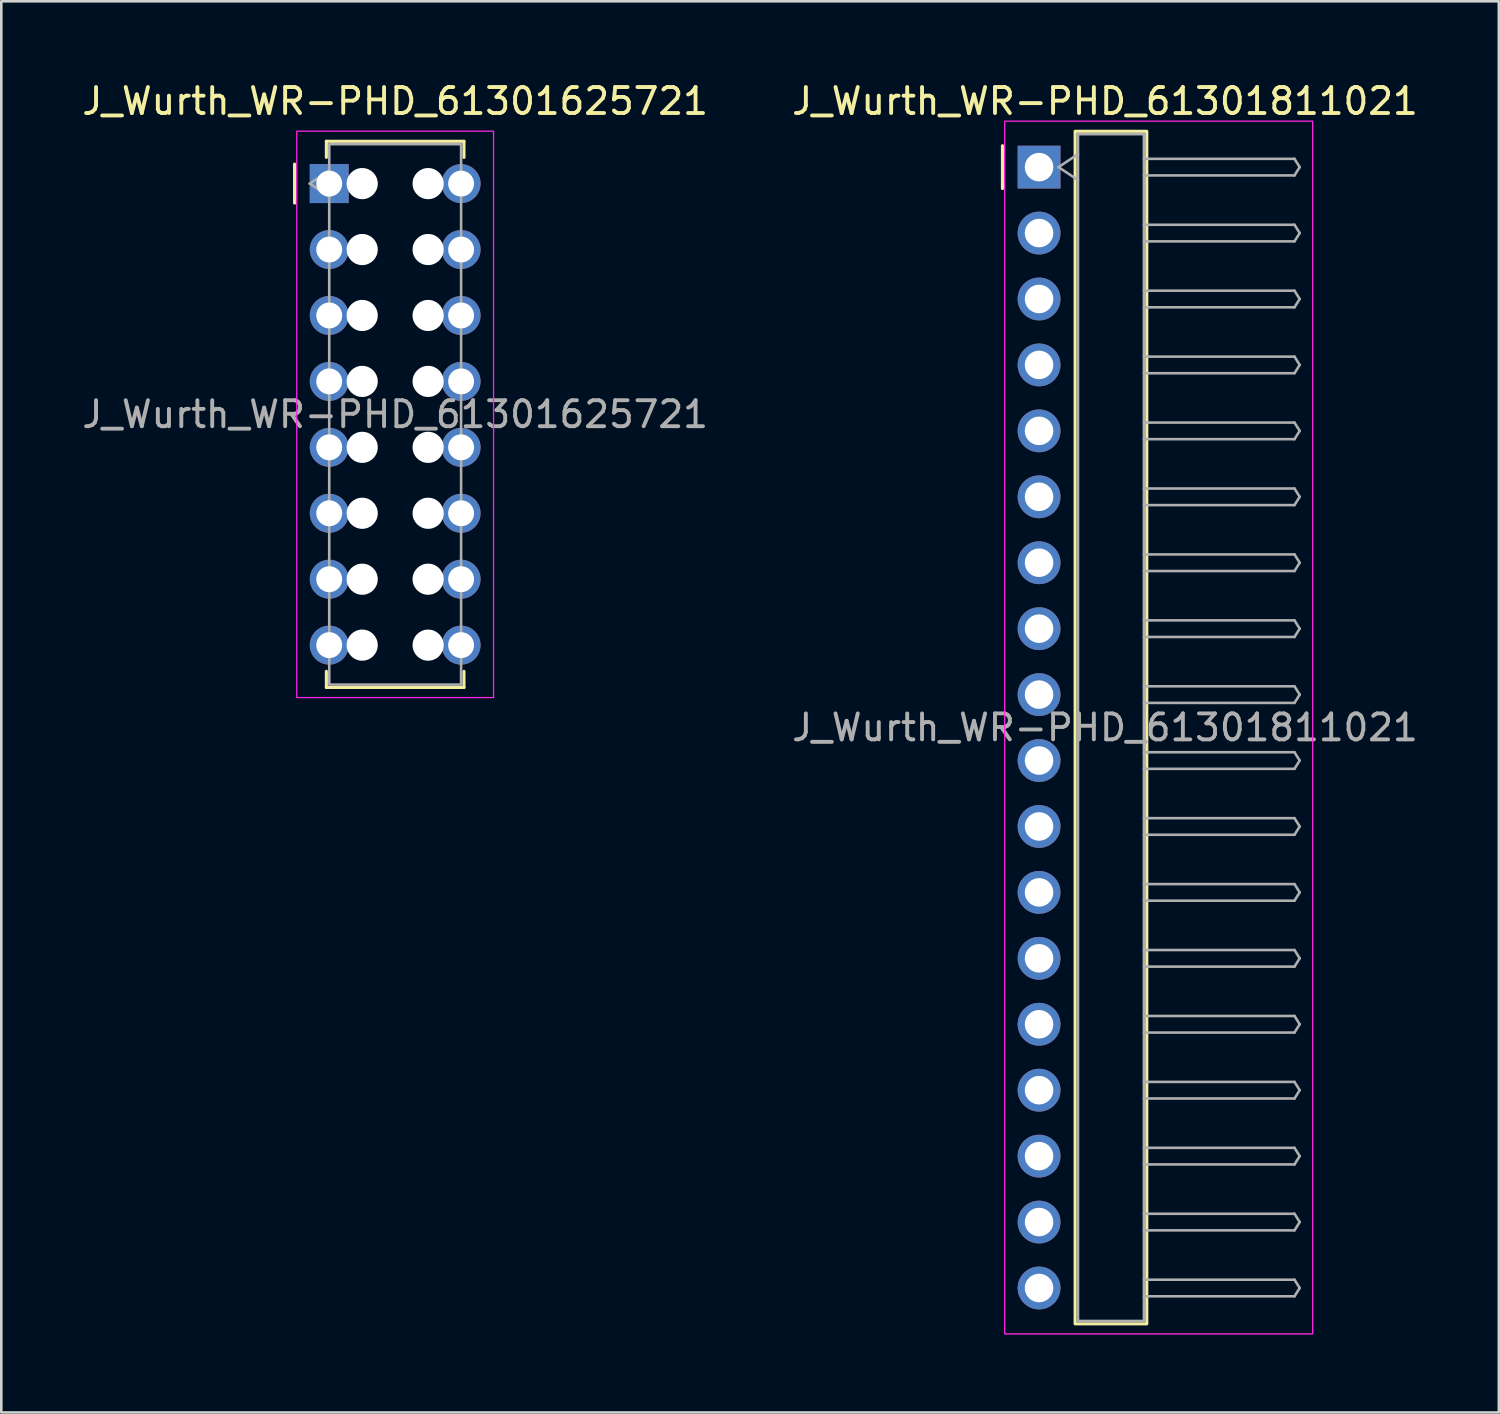
<source format=kicad_pcb>
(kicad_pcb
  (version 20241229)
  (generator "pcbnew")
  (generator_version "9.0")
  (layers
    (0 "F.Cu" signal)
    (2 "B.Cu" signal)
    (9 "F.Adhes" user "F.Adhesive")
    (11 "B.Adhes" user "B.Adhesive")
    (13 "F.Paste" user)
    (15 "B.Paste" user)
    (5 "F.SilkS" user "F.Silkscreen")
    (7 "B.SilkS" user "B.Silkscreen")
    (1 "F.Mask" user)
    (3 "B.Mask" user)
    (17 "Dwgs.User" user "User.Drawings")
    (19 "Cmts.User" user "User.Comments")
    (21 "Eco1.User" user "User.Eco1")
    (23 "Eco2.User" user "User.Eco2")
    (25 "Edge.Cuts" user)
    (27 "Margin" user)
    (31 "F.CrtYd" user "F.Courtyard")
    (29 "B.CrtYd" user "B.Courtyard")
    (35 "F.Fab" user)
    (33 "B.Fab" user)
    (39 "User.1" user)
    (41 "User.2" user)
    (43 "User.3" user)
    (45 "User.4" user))
  (footprint "J_Wurth_WR-PHD_61301811021"
    (layer "F.Cu")
    (at 36.978 3.388)
    (property "Reference" "J_Wurth_WR-PHD_61301811021" (at 2.54 -2.54 0) (unlocked yes) (layer "F.SilkS") (effects (font (size 1 1) (thickness 0.15))))
    (attr through_hole)
    (fp_line (start -1.41 -0.825) (end -1.41 0.825) (stroke (width 0.12) (type solid)) (layer "F.SilkS"))
    (fp_rect (start 1.39 -1.38) (end 4.15 44.56) (stroke (width 0.12) (type solid)) (fill no) (layer "F.SilkS"))
    (fp_rect (start -1.325 -1.77) (end 10.54 44.95) (stroke (width 0.05) (type solid)) (fill no) (layer "F.CrtYd"))
    (fp_line (start 0.75 0) (end 1.5 -0.5) (stroke (width 0.1) (type solid)) (layer "F.Fab"))
    (fp_line (start 0.75 0) (end 1.5 0.5) (stroke (width 0.1) (type solid)) (layer "F.Fab"))
    (fp_line (start 4.04 0.32) (end 9.84 0.32) (stroke (width 0.1) (type solid)) (layer "F.Fab"))
    (fp_line (start 4.04 2.86) (end 9.84 2.86) (stroke (width 0.1) (type solid)) (layer "F.Fab"))
    (fp_line (start 4.04 5.4) (end 9.84 5.4) (stroke (width 0.1) (type solid)) (layer "F.Fab"))
    (fp_line (start 4.04 7.94) (end 9.84 7.94) (stroke (width 0.1) (type solid)) (layer "F.Fab"))
    (fp_line (start 4.04 10.48) (end 9.84 10.48) (stroke (width 0.1) (type solid)) (layer "F.Fab"))
    (fp_line (start 4.04 13.02) (end 9.84 13.02) (stroke (width 0.1) (type solid)) (layer "F.Fab"))
    (fp_line (start 4.04 15.56) (end 9.84 15.56) (stroke (width 0.1) (type solid)) (layer "F.Fab"))
    (fp_line (start 4.04 18.1) (end 9.84 18.1) (stroke (width 0.1) (type solid)) (layer "F.Fab"))
    (fp_line (start 4.04 20.64) (end 9.84 20.64) (stroke (width 0.1) (type solid)) (layer "F.Fab"))
    (fp_line (start 4.04 23.18) (end 9.84 23.18) (stroke (width 0.1) (type solid)) (layer "F.Fab"))
    (fp_line (start 4.04 25.72) (end 9.84 25.72) (stroke (width 0.1) (type solid)) (layer "F.Fab"))
    (fp_line (start 4.04 28.26) (end 9.84 28.26) (stroke (width 0.1) (type solid)) (layer "F.Fab"))
    (fp_line (start 4.04 30.8) (end 9.84 30.8) (stroke (width 0.1) (type solid)) (layer "F.Fab"))
    (fp_line (start 4.04 33.34) (end 9.84 33.34) (stroke (width 0.1) (type solid)) (layer "F.Fab"))
    (fp_line (start 4.04 35.88) (end 9.84 35.88) (stroke (width 0.1) (type solid)) (layer "F.Fab"))
    (fp_line (start 4.04 38.42) (end 9.84 38.42) (stroke (width 0.1) (type solid)) (layer "F.Fab"))
    (fp_line (start 4.04 40.96) (end 9.84 40.96) (stroke (width 0.1) (type solid)) (layer "F.Fab"))
    (fp_line (start 4.04 43.5) (end 9.84 43.5) (stroke (width 0.1) (type solid)) (layer "F.Fab"))
    (fp_line (start 9.84 -0.32) (end 4.04 -0.32) (stroke (width 0.1) (type solid)) (layer "F.Fab"))
    (fp_line (start 9.84 0.32) (end 10.04 0) (stroke (width 0.1) (type default)) (layer "F.Fab"))
    (fp_line (start 9.84 2.22) (end 4.04 2.22) (stroke (width 0.1) (type solid)) (layer "F.Fab"))
    (fp_line (start 9.84 2.86) (end 10.04 2.54) (stroke (width 0.1) (type default)) (layer "F.Fab"))
    (fp_line (start 9.84 4.76) (end 4.04 4.76) (stroke (width 0.1) (type solid)) (layer "F.Fab"))
    (fp_line (start 9.84 5.4) (end 10.04 5.08) (stroke (width 0.1) (type default)) (layer "F.Fab"))
    (fp_line (start 9.84 7.3) (end 4.04 7.3) (stroke (width 0.1) (type solid)) (layer "F.Fab"))
    (fp_line (start 9.84 7.94) (end 10.04 7.62) (stroke (width 0.1) (type default)) (layer "F.Fab"))
    (fp_line (start 9.84 9.84) (end 4.04 9.84) (stroke (width 0.1) (type solid)) (layer "F.Fab"))
    (fp_line (start 9.84 10.48) (end 10.04 10.16) (stroke (width 0.1) (type solid)) (layer "F.Fab"))
    (fp_line (start 9.84 12.38) (end 4.04 12.38) (stroke (width 0.1) (type solid)) (layer "F.Fab"))
    (fp_line (start 9.84 13.02) (end 10.04 12.7) (stroke (width 0.1) (type solid)) (layer "F.Fab"))
    (fp_line (start 9.84 14.92) (end 4.04 14.92) (stroke (width 0.1) (type solid)) (layer "F.Fab"))
    (fp_line (start 9.84 15.56) (end 10.04 15.24) (stroke (width 0.1) (type solid)) (layer "F.Fab"))
    (fp_line (start 9.84 17.46) (end 4.04 17.46) (stroke (width 0.1) (type solid)) (layer "F.Fab"))
    (fp_line (start 9.84 20) (end 4.04 20) (stroke (width 0.1) (type solid)) (layer "F.Fab"))
    (fp_line (start 9.84 22.54) (end 4.04 22.54) (stroke (width 0.1) (type solid)) (layer "F.Fab"))
    (fp_line (start 9.84 25.08) (end 4.04 25.08) (stroke (width 0.1) (type solid)) (layer "F.Fab"))
    (fp_line (start 9.84 27.62) (end 4.04 27.62) (stroke (width 0.1) (type solid)) (layer "F.Fab"))
    (fp_line (start 9.84 30.16) (end 4.04 30.16) (stroke (width 0.1) (type solid)) (layer "F.Fab"))
    (fp_line (start 9.84 32.7) (end 4.04 32.7) (stroke (width 0.1) (type solid)) (layer "F.Fab"))
    (fp_line (start 9.84 35.24) (end 4.04 35.24) (stroke (width 0.1) (type solid)) (layer "F.Fab"))
    (fp_line (start 9.84 37.78) (end 4.04 37.78) (stroke (width 0.1) (type solid)) (layer "F.Fab"))
    (fp_line (start 9.84 40.32) (end 4.04 40.32) (stroke (width 0.1) (type solid)) (layer "F.Fab"))
    (fp_line (start 9.84 42.86) (end 4.04 42.86) (stroke (width 0.1) (type solid)) (layer "F.Fab"))
    (fp_line (start 10.04 0) (end 9.84 -0.32) (stroke (width 0.1) (type solid)) (layer "F.Fab"))
    (fp_line (start 10.04 2.54) (end 9.84 2.22) (stroke (width 0.1) (type solid)) (layer "F.Fab"))
    (fp_line (start 10.04 5.08) (end 9.84 4.76) (stroke (width 0.1) (type solid)) (layer "F.Fab"))
    (fp_line (start 10.04 7.62) (end 9.84 7.3) (stroke (width 0.1) (type solid)) (layer "F.Fab"))
    (fp_line (start 10.04 10.16) (end 9.84 9.84) (stroke (width 0.1) (type solid)) (layer "F.Fab"))
    (fp_line (start 10.04 12.7) (end 9.84 12.38) (stroke (width 0.1) (type solid)) (layer "F.Fab"))
    (fp_line (start 10.04 15.24) (end 9.84 14.92) (stroke (width 0.1) (type solid)) (layer "F.Fab"))
    (fp_line (start 10.04 17.78) (end 9.84 17.46) (stroke (width 0.1) (type solid)) (layer "F.Fab"))
    (fp_line (start 10.04 17.78) (end 9.84 18.1) (stroke (width 0.1) (type solid)) (layer "F.Fab"))
    (fp_line (start 10.04 20.32) (end 9.84 20) (stroke (width 0.1) (type solid)) (layer "F.Fab"))
    (fp_line (start 10.04 20.32) (end 9.84 20.64) (stroke (width 0.1) (type solid)) (layer "F.Fab"))
    (fp_line (start 10.04 22.86) (end 9.84 22.54) (stroke (width 0.1) (type solid)) (layer "F.Fab"))
    (fp_line (start 10.04 22.86) (end 9.84 23.18) (stroke (width 0.1) (type solid)) (layer "F.Fab"))
    (fp_line (start 10.04 25.4) (end 9.84 25.08) (stroke (width 0.1) (type solid)) (layer "F.Fab"))
    (fp_line (start 10.04 25.4) (end 9.84 25.72) (stroke (width 0.1) (type solid)) (layer "F.Fab"))
    (fp_line (start 10.04 27.94) (end 9.84 27.62) (stroke (width 0.1) (type solid)) (layer "F.Fab"))
    (fp_line (start 10.04 27.94) (end 9.84 28.26) (stroke (width 0.1) (type solid)) (layer "F.Fab"))
    (fp_line (start 10.04 30.48) (end 9.84 30.16) (stroke (width 0.1) (type solid)) (layer "F.Fab"))
    (fp_line (start 10.04 30.48) (end 9.84 30.8) (stroke (width 0.1) (type solid)) (layer "F.Fab"))
    (fp_line (start 10.04 33.02) (end 9.84 32.7) (stroke (width 0.1) (type solid)) (layer "F.Fab"))
    (fp_line (start 10.04 33.02) (end 9.84 33.34) (stroke (width 0.1) (type solid)) (layer "F.Fab"))
    (fp_line (start 10.04 35.56) (end 9.84 35.24) (stroke (width 0.1) (type solid)) (layer "F.Fab"))
    (fp_line (start 10.04 35.56) (end 9.84 35.88) (stroke (width 0.1) (type solid)) (layer "F.Fab"))
    (fp_line (start 10.04 38.1) (end 9.84 37.78) (stroke (width 0.1) (type solid)) (layer "F.Fab"))
    (fp_line (start 10.04 38.1) (end 9.84 38.42) (stroke (width 0.1) (type solid)) (layer "F.Fab"))
    (fp_line (start 10.04 40.64) (end 9.84 40.32) (stroke (width 0.1) (type solid)) (layer "F.Fab"))
    (fp_line (start 10.04 40.64) (end 9.84 40.96) (stroke (width 0.1) (type solid)) (layer "F.Fab"))
    (fp_line (start 10.04 43.18) (end 9.84 42.86) (stroke (width 0.1) (type solid)) (layer "F.Fab"))
    (fp_line (start 10.04 43.18) (end 9.84 43.5) (stroke (width 0.1) (type solid)) (layer "F.Fab"))
    (fp_rect (start 1.5 -1.27) (end 4.04 44.45) (stroke (width 0.1) (type solid)) (fill no) (layer "F.Fab"))
    (fp_text user "${REFERENCE}" (at 2.54 21.59 0) (unlocked yes) (layer "F.Fab") (effects (font (size 1 1) (thickness 0.15))))
    (pad "1" thru_hole rect (at 0 0 90) (size 1.65 1.65) (drill 1.1) (layers "*.Cu" "*.Mask"))
    (pad "2" thru_hole circle (at 0 2.54 90) (size 1.65 1.65) (drill 1.1) (layers "*.Cu" "*.Mask"))
    (pad "3" thru_hole circle (at 0 5.08 90) (size 1.65 1.65) (drill 1.1) (layers "*.Cu" "*.Mask"))
    (pad "4" thru_hole circle (at 0 7.62 90) (size 1.65 1.65) (drill 1.1) (layers "*.Cu" "*.Mask"))
    (pad "5" thru_hole circle (at 0 10.16 90) (size 1.65 1.65) (drill 1.1) (layers "*.Cu" "*.Mask"))
    (pad "6" thru_hole circle (at 0 12.7 90) (size 1.65 1.65) (drill 1.1) (layers "*.Cu" "*.Mask"))
    (pad "7" thru_hole circle (at 0 15.24 90) (size 1.65 1.65) (drill 1.1) (layers "*.Cu" "*.Mask"))
    (pad "8" thru_hole circle (at 0 17.78 90) (size 1.65 1.65) (drill 1.1) (layers "*.Cu" "*.Mask"))
    (pad "9" thru_hole circle (at 0 20.32 90) (size 1.65 1.65) (drill 1.1) (layers "*.Cu" "*.Mask"))
    (pad "10" thru_hole circle (at 0 22.86 90) (size 1.65 1.65) (drill 1.1) (layers "*.Cu" "*.Mask"))
    (pad "11" thru_hole circle (at 0 25.4 90) (size 1.65 1.65) (drill 1.1) (layers "*.Cu" "*.Mask"))
    (pad "12" thru_hole circle (at 0 27.94 90) (size 1.65 1.65) (drill 1.1) (layers "*.Cu" "*.Mask"))
    (pad "13" thru_hole circle (at 0 30.48 90) (size 1.65 1.65) (drill 1.1) (layers "*.Cu" "*.Mask"))
    (pad "14" thru_hole circle (at 0 33.02 90) (size 1.65 1.65) (drill 1.1) (layers "*.Cu" "*.Mask"))
    (pad "15" thru_hole circle (at 0 35.56 90) (size 1.65 1.65) (drill 1.1) (layers "*.Cu" "*.Mask"))
    (pad "16" thru_hole circle (at 0 38.1 90) (size 1.65 1.65) (drill 1.1) (layers "*.Cu" "*.Mask"))
    (pad "17" thru_hole circle (at 0 40.64 90) (size 1.65 1.65) (drill 1.1) (layers "*.Cu" "*.Mask"))
    (pad "18" thru_hole circle (at 0 43.18 90) (size 1.65 1.65) (drill 1.1) (layers "*.Cu" "*.Mask")))
  (footprint "J_Wurth_WR-PHD_61301625721"
    (layer "F.Cu")
    (at 9.633 4.023)
    (property "Reference" "J_Wurth_WR-PHD_61301625721" (at 2.54 -3.175 0) (unlocked yes) (layer "F.SilkS") (effects (font (size 1 1) (thickness 0.15))))
    (attr through_hole)
    (fp_line (start -1.335 -0.75) (end -1.335 0.75) (stroke (width 0.12) (type solid)) (layer "F.SilkS"))
    (fp_line (start -0.11 -1.63) (end -0.11 -1.01) (stroke (width 0.12) (type solid)) (layer "F.SilkS"))
    (fp_line (start -0.11 19.41) (end -0.11 18.79) (stroke (width 0.12) (type solid)) (layer "F.SilkS"))
    (fp_line (start 5.19 -1.63) (end -0.11 -1.63) (stroke (width 0.12) (type solid)) (layer "F.SilkS"))
    (fp_line (start 5.19 -1.63) (end 5.19 -1.01) (stroke (width 0.12) (type solid)) (layer "F.SilkS"))
    (fp_line (start 5.19 19.41) (end -0.11 19.41) (stroke (width 0.12) (type solid)) (layer "F.SilkS"))
    (fp_line (start 5.19 19.41) (end 5.19 18.79) (stroke (width 0.12) (type solid)) (layer "F.SilkS"))
    (fp_rect (start -1.25 -2.02) (end 6.33 19.8) (stroke (width 0.05) (type solid)) (fill no) (layer "F.CrtYd"))
    (fp_line (start -0.75 0) (end 0 -0.5) (stroke (width 0.1) (type solid)) (layer "F.Fab"))
    (fp_line (start 0 0.5) (end -0.75 0) (stroke (width 0.1) (type solid)) (layer "F.Fab"))
    (fp_rect (start 0 -1.52) (end 5.08 19.3) (stroke (width 0.1) (type solid)) (fill no) (layer "F.Fab"))
    (fp_text user "${REFERENCE}" (at 2.54 8.89 0) (unlocked yes) (layer "F.Fab") (effects (font (size 1 1) (thickness 0.15))))
    (pad "" np_thru_hole circle (at 1.27 0 270) (size 1.2 1.2) (drill 1.2) (layers "*.Cu" "*.Mask"))
    (pad "" np_thru_hole circle (at 1.27 2.54 270) (size 1.2 1.2) (drill 1.2) (layers "*.Cu" "*.Mask"))
    (pad "" np_thru_hole circle (at 1.27 5.08 270) (size 1.2 1.2) (drill 1.2) (layers "*.Cu" "*.Mask"))
    (pad "" np_thru_hole circle (at 1.27 7.62 270) (size 1.2 1.2) (drill 1.2) (layers "*.Cu" "*.Mask"))
    (pad "" np_thru_hole circle (at 1.27 10.16 270) (size 1.2 1.2) (drill 1.2) (layers "*.Cu" "*.Mask"))
    (pad "" np_thru_hole circle (at 1.27 12.7 270) (size 1.2 1.2) (drill 1.2) (layers "*.Cu" "*.Mask"))
    (pad "" np_thru_hole circle (at 1.27 15.24 270) (size 1.2 1.2) (drill 1.2) (layers "*.Cu" "*.Mask"))
    (pad "" np_thru_hole circle (at 1.27 17.78 270) (size 1.2 1.2) (drill 1.2) (layers "*.Cu" "*.Mask"))
    (pad "" np_thru_hole circle (at 3.81 0 270) (size 1.2 1.2) (drill 1.2) (layers "*.Cu" "*.Mask"))
    (pad "" np_thru_hole circle (at 3.81 2.54 270) (size 1.2 1.2) (drill 1.2) (layers "*.Cu" "*.Mask"))
    (pad "" np_thru_hole circle (at 3.81 5.08 270) (size 1.2 1.2) (drill 1.2) (layers "*.Cu" "*.Mask"))
    (pad "" np_thru_hole circle (at 3.81 7.62 270) (size 1.2 1.2) (drill 1.2) (layers "*.Cu" "*.Mask"))
    (pad "" np_thru_hole circle (at 3.81 10.16 270) (size 1.2 1.2) (drill 1.2) (layers "*.Cu" "*.Mask"))
    (pad "" np_thru_hole circle (at 3.81 12.7 270) (size 1.2 1.2) (drill 1.2) (layers "*.Cu" "*.Mask"))
    (pad "" np_thru_hole circle (at 3.81 15.24 270) (size 1.2 1.2) (drill 1.2) (layers "*.Cu" "*.Mask"))
    (pad "" np_thru_hole circle (at 3.81 17.78 270) (size 1.2 1.2) (drill 1.2) (layers "*.Cu" "*.Mask"))
    (pad "1" thru_hole rect (at 0 0 270) (size 1.5 1.5) (drill 1) (layers "*.Cu" "*.Mask"))
    (pad "2" thru_hole circle (at 5.08 0 270) (size 1.5 1.5) (drill 1) (layers "*.Cu" "*.Mask"))
    (pad "3" thru_hole circle (at 0 2.54 270) (size 1.5 1.5) (drill 1) (layers "*.Cu" "*.Mask"))
    (pad "4" thru_hole circle (at 5.08 2.54 270) (size 1.5 1.5) (drill 1) (layers "*.Cu" "*.Mask"))
    (pad "5" thru_hole circle (at 0 5.08 270) (size 1.5 1.5) (drill 1) (layers "*.Cu" "*.Mask"))
    (pad "6" thru_hole circle (at 5.08 5.08 270) (size 1.5 1.5) (drill 1) (layers "*.Cu" "*.Mask"))
    (pad "7" thru_hole circle (at 0 7.62 270) (size 1.5 1.5) (drill 1) (layers "*.Cu" "*.Mask"))
    (pad "8" thru_hole circle (at 5.08 7.62 270) (size 1.5 1.5) (drill 1) (layers "*.Cu" "*.Mask"))
    (pad "9" thru_hole circle (at 0 10.16 270) (size 1.5 1.5) (drill 1) (layers "*.Cu" "*.Mask"))
    (pad "10" thru_hole circle (at 5.08 10.16 270) (size 1.5 1.5) (drill 1) (layers "*.Cu" "*.Mask"))
    (pad "11" thru_hole circle (at 0 12.7 270) (size 1.5 1.5) (drill 1) (layers "*.Cu" "*.Mask"))
    (pad "12" thru_hole circle (at 5.08 12.7 270) (size 1.5 1.5) (drill 1) (layers "*.Cu" "*.Mask"))
    (pad "13" thru_hole circle (at 0 15.24 270) (size 1.5 1.5) (drill 1) (layers "*.Cu" "*.Mask"))
    (pad "14" thru_hole circle (at 5.08 15.24 270) (size 1.5 1.5) (drill 1) (layers "*.Cu" "*.Mask"))
    (pad "15" thru_hole circle (at 0 17.78 270) (size 1.5 1.5) (drill 1) (layers "*.Cu" "*.Mask"))
    (pad "16" thru_hole circle (at 5.08 17.78 270) (size 1.5 1.5) (drill 1) (layers "*.Cu" "*.Mask")))
  (gr_rect
    (start -3 -3)
    (end 54.69 51.363)
    (stroke (width 0.1) (type default))
    (fill no)
    (layer "Edge.Cuts")))
</source>
